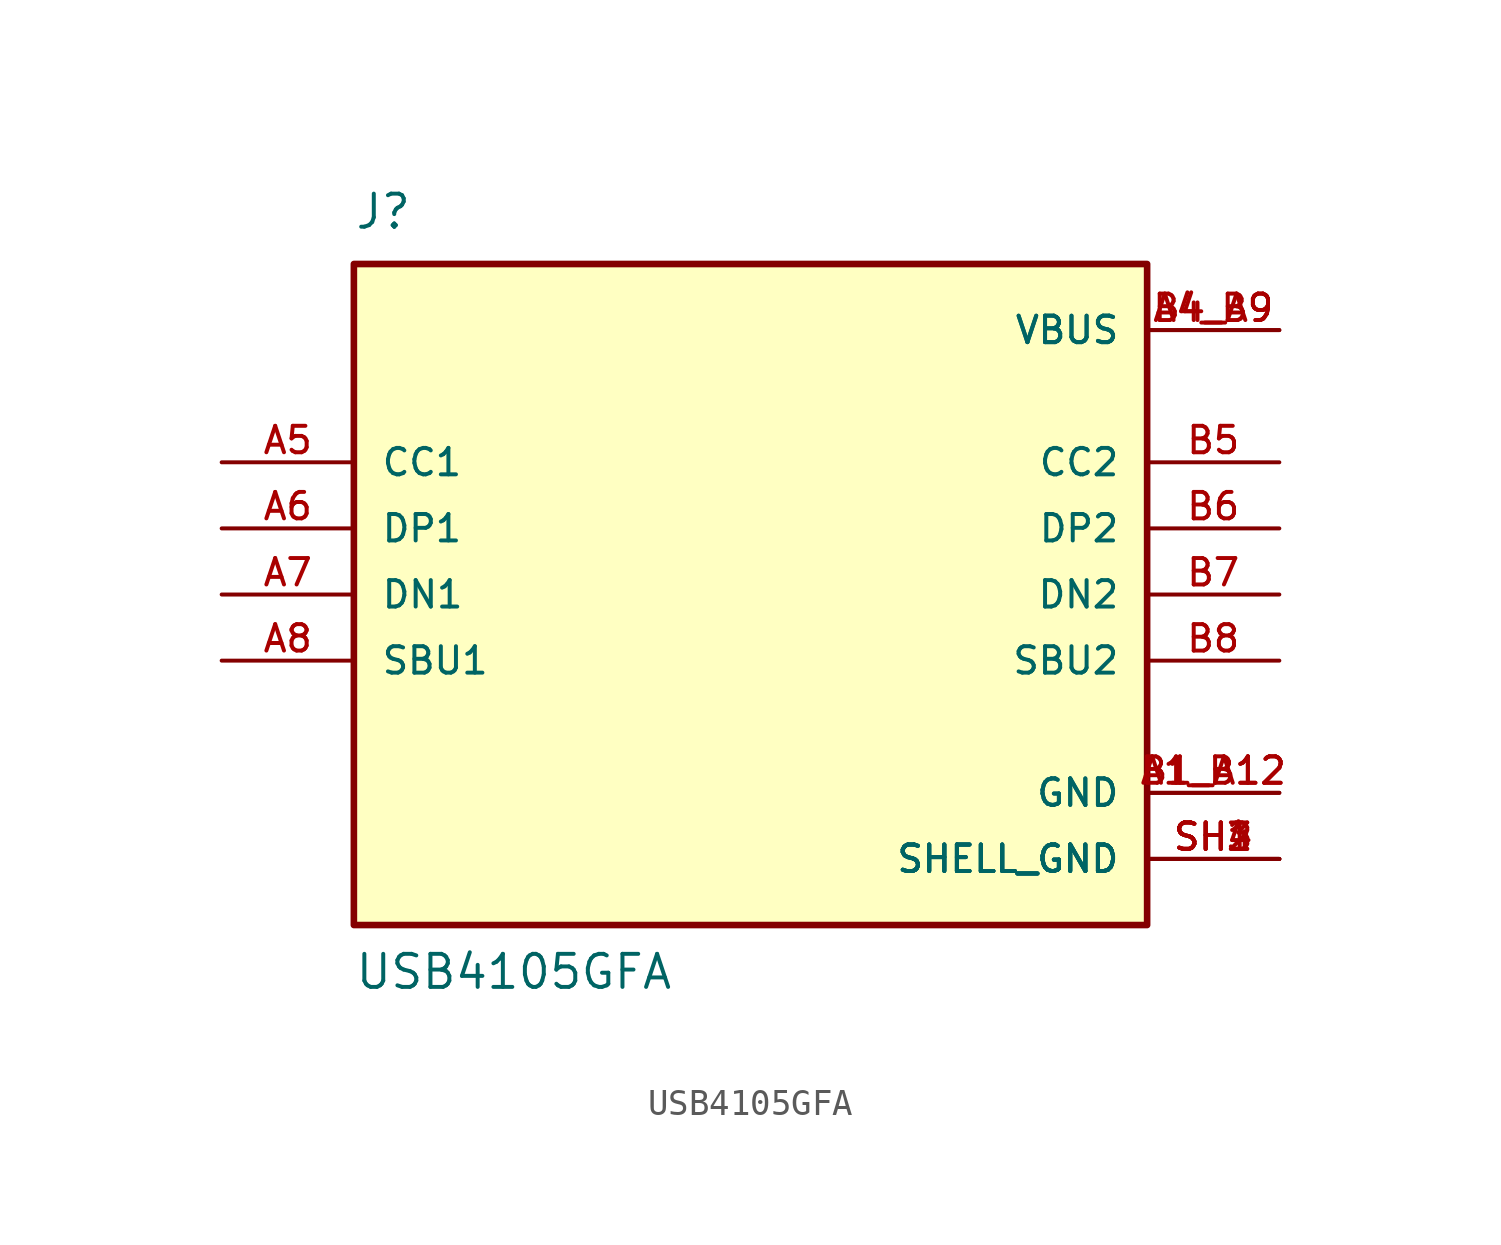
<source format=kicad_sym>
(kicad_symbol_lib
  (version 20211014)
  (generator kicad_symbol_editor)
  (symbol "USB4105GFA"
    (pin_names
      (offset 1.016))
    (property "Reference" "J"
      (at -15.24 13.97 0)
      (effects (font (size 1.27 1.27)) (justify bottom left)))
    (property "Value" "USB4105GFA"
      (at -15.24 -15.24 0)
      (effects (font (size 1.27 1.27)) (justify bottom left)))
    (symbol "USB4105GFA_0_0"
      (rectangle (start -15.24 -12.7) (end 15.24 12.7) (stroke (width 0.254)) (fill (type background)))
      (pin bidirectional line (at -20.32 5.08 0) (length 5.08) (name "CC1" (effects (font (size 1.016 1.016)))) (number "A5" (effects (font (size 1.016 1.016)))))
      (pin bidirectional line (at -20.32 2.54 0) (length 5.08) (name "DP1" (effects (font (size 1.016 1.016)))) (number "A6" (effects (font (size 1.016 1.016)))))
      (pin bidirectional line (at -20.32 0.0 0) (length 5.08) (name "DN1" (effects (font (size 1.016 1.016)))) (number "A7" (effects (font (size 1.016 1.016)))))
      (pin bidirectional line (at -20.32 -2.54 0) (length 5.08) (name "SBU1" (effects (font (size 1.016 1.016)))) (number "A8" (effects (font (size 1.016 1.016)))))
      (pin power_in line (at 20.32 10.16 180.0) (length 5.08) (name "VBUS" (effects (font (size 1.016 1.016)))) (number "A4_B9" (effects (font (size 1.016 1.016)))))
      (pin power_in line (at 20.32 10.16 180.0) (length 5.08) (name "VBUS" (effects (font (size 1.016 1.016)))) (number "B4_A9" (effects (font (size 1.016 1.016)))))
      (pin bidirectional line (at 20.32 5.08 180.0) (length 5.08) (name "CC2" (effects (font (size 1.016 1.016)))) (number "B5" (effects (font (size 1.016 1.016)))))
      (pin bidirectional line (at 20.32 2.54 180.0) (length 5.08) (name "DP2" (effects (font (size 1.016 1.016)))) (number "B6" (effects (font (size 1.016 1.016)))))
      (pin bidirectional line (at 20.32 0.0 180.0) (length 5.08) (name "DN2" (effects (font (size 1.016 1.016)))) (number "B7" (effects (font (size 1.016 1.016)))))
      (pin bidirectional line (at 20.32 -2.54 180.0) (length 5.08) (name "SBU2" (effects (font (size 1.016 1.016)))) (number "B8" (effects (font (size 1.016 1.016)))))
      (pin power_in line (at 20.32 -7.62 180.0) (length 5.08) (name "GND" (effects (font (size 1.016 1.016)))) (number "A1_B12" (effects (font (size 1.016 1.016)))))
      (pin power_in line (at 20.32 -7.62 180.0) (length 5.08) (name "GND" (effects (font (size 1.016 1.016)))) (number "B1_A12" (effects (font (size 1.016 1.016)))))
      (pin power_in line (at 20.32 -10.16 180.0) (length 5.08) (name "SHELL_GND" (effects (font (size 1.016 1.016)))) (number "SH1" (effects (font (size 1.016 1.016)))))
      (pin power_in line (at 20.32 -10.16 180.0) (length 5.08) (name "SHELL_GND" (effects (font (size 1.016 1.016)))) (number "SH2" (effects (font (size 1.016 1.016)))))
      (pin power_in line (at 20.32 -10.16 180.0) (length 5.08) (name "SHELL_GND" (effects (font (size 1.016 1.016)))) (number "SH3" (effects (font (size 1.016 1.016)))))
      (pin power_in line (at 20.32 -10.16 180.0) (length 5.08) (name "SHELL_GND" (effects (font (size 1.016 1.016)))) (number "SH4" (effects (font (size 1.016 1.016))))))))
</source>
